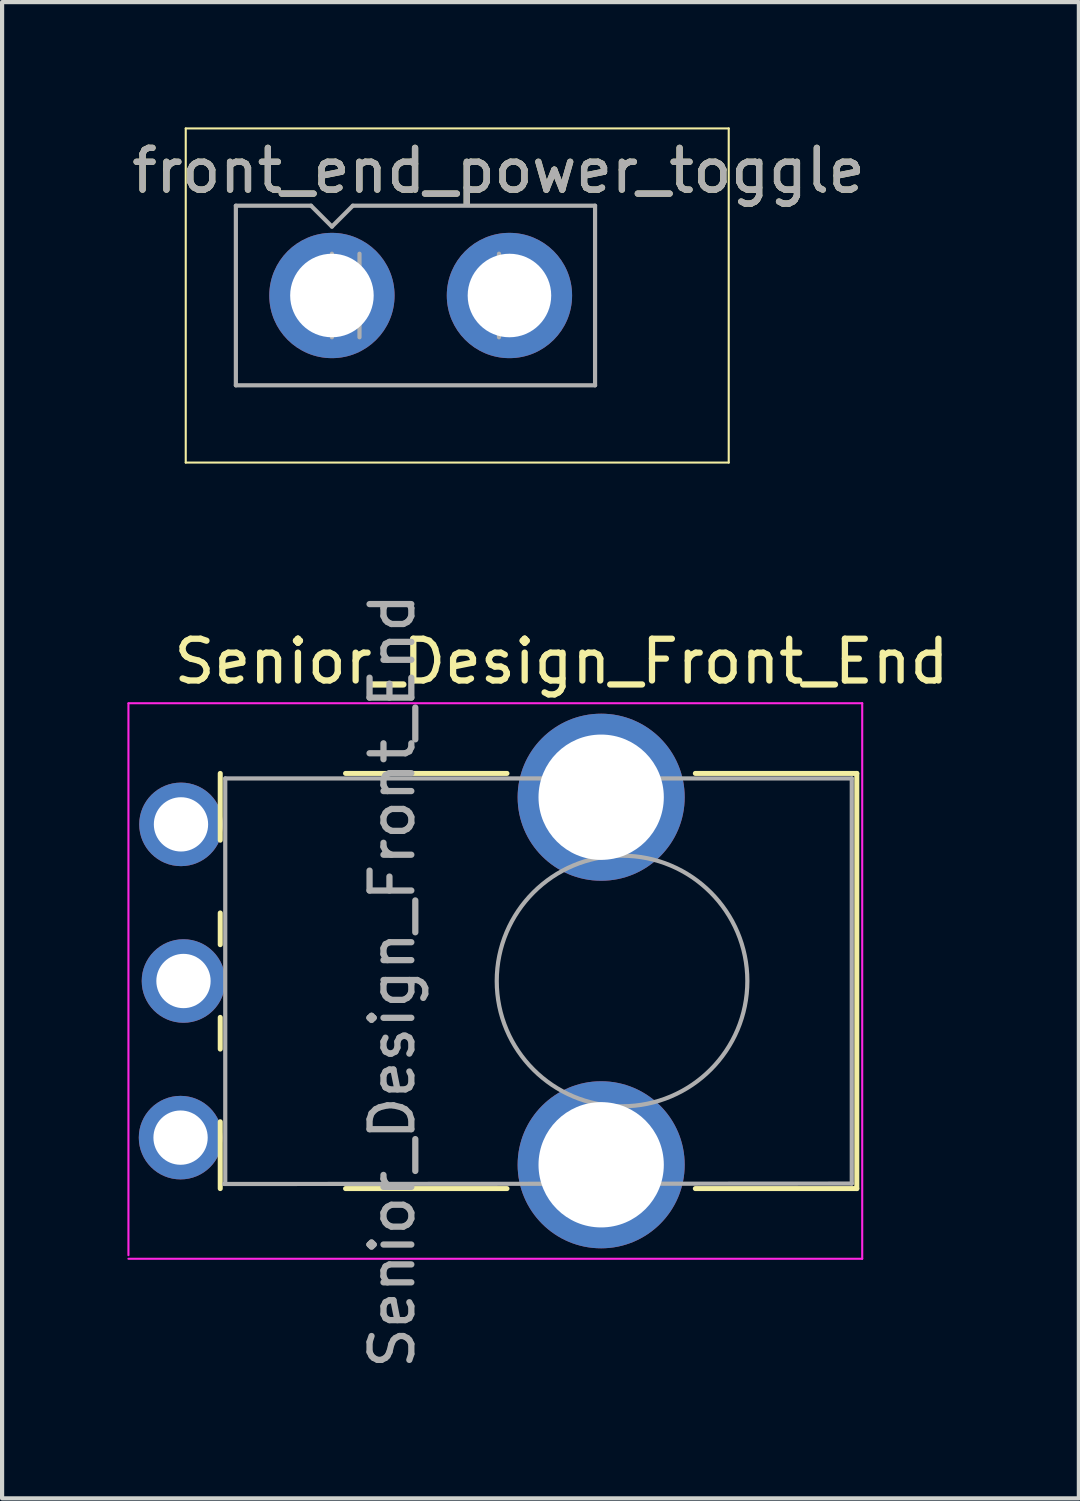
<source format=kicad_pcb>
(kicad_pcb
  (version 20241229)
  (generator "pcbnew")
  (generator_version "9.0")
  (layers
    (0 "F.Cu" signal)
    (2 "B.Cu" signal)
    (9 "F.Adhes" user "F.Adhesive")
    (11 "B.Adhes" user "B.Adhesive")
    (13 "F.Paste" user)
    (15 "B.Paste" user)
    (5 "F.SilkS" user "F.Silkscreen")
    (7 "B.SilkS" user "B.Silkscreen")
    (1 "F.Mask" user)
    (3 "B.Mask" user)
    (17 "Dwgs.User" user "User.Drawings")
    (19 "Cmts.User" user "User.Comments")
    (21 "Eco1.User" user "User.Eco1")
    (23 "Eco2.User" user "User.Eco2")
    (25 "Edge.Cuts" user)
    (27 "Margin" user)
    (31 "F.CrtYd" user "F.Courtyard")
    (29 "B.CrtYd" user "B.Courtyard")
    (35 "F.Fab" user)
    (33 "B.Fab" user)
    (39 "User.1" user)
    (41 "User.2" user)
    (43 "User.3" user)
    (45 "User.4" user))
  (footprint "Senior_Design_Front_End"
    (layer "F.Cu")
    (at 4.343 22.937)
    (property "Reference" "Senior_Design_Front_End" (at 6.05 -10.15 0) (layer "F.SilkS") (effects (font (size 1 1) (thickness 0.15))))
    (attr through_hole)
    (fp_line (start -2.12 -7.47) (end -2.12 -5.871) (stroke (width 0.12) (type solid)) (layer "F.SilkS"))
    (fp_line (start -2.12 -4.129) (end -2.12 -3.37) (stroke (width 0.12) (type solid)) (layer "F.SilkS"))
    (fp_line (start -2.12 -1.629) (end -2.12 -0.87) (stroke (width 0.12) (type solid)) (layer "F.SilkS"))
    (fp_line (start -2.12 0.87) (end -2.12 2.47) (stroke (width 0.12) (type solid)) (layer "F.SilkS"))
    (fp_line (start 0.88 -7.47) (end 4.745 -7.47) (stroke (width 0.12) (type solid)) (layer "F.SilkS"))
    (fp_line (start 0.88 2.47) (end 4.745 2.47) (stroke (width 0.12) (type solid)) (layer "F.SilkS"))
    (fp_line (start 9.255 -7.47) (end 13.12 -7.47) (stroke (width 0.12) (type solid)) (layer "F.SilkS"))
    (fp_line (start 9.255 2.47) (end 13.12 2.47) (stroke (width 0.12) (type solid)) (layer "F.SilkS"))
    (fp_line (start 13.12 -7.47) (end 13.12 2.47) (stroke (width 0.12) (type solid)) (layer "F.SilkS"))
    (fp_line (start -4.318 -9.144) (end -4.318 4.064) (stroke (width 0.05) (type solid)) (layer "F.CrtYd"))
    (fp_line (start -4.318 4.15) (end 13.25 4.15) (stroke (width 0.05) (type solid)) (layer "F.CrtYd"))
    (fp_line (start 13.25 -9.15) (end -4.318 -9.15) (stroke (width 0.05) (type solid)) (layer "F.CrtYd"))
    (fp_line (start 13.25 4.15) (end 13.25 -9.15) (stroke (width 0.05) (type solid)) (layer "F.CrtYd"))
    (fp_line (start -2.03 2.36) (end 13 2.35) (stroke (width 0.1) (type solid)) (layer "F.Fab"))
    (fp_line (start -2 -7.35) (end -2 2.35) (stroke (width 0.1) (type solid)) (layer "F.Fab"))
    (fp_line (start 13 -7.35) (end -2 -7.35) (stroke (width 0.1) (type solid)) (layer "F.Fab"))
    (fp_line (start 13 2.35) (end 13 -7.35) (stroke (width 0.1) (type solid)) (layer "F.Fab"))
    (fp_circle (center 7.5 -2.5) (end 10.5 -2.5) (stroke (width 0.1) (type solid)) (fill no) (layer "F.Fab"))
    (fp_text user "${REFERENCE}" (at 2 -2.5 90) (layer "F.Fab") (effects (font (size 1 1) (thickness 0.15))))
    (pad "" np_thru_hole circle (at 7 -6.9) (size 4 4) (drill 3) (layers "*.Cu" "*.Mask"))
    (pad "" np_thru_hole circle (at 7 1.9) (size 4 4) (drill 3) (layers "*.Cu" "*.Mask"))
    (pad "1" thru_hole circle (at -3.07 1.25) (size 2 2) (drill 1.3) (layers "*.Cu" "*.Mask"))
    (pad "2" thru_hole circle (at -3 -2.5) (size 2 2) (drill 1.3) (layers "*.Cu" "*.Mask"))
    (pad "3" thru_hole circle (at -3.06 -6.25) (size 2 2) (drill 1.3) (layers "*.Cu" "*.Mask")))
  (footprint "front_end_power_toggle"
    (layer "F.Cu")
    (at 4.897 4.025)
    (property "Reference" "front_end_power_toggle" (at 3.99 -2.99 0) (layer "F.SilkS") (effects (font (size 1 1) (thickness 0.15))))
    (attr through_hole)
    (fp_line (start -3.5 -4) (end -3.5 4) (stroke (width 0.05) (type solid)) (layer "F.SilkS"))
    (fp_line (start -3.5 -4) (end 9.5 -4) (stroke (width 0.05) (type solid)) (layer "F.SilkS"))
    (fp_line (start -3.5 4) (end 9.5 4) (stroke (width 0.05) (type solid)) (layer "F.SilkS"))
    (fp_line (start 9.5 -4) (end 9.5 4) (stroke (width 0.05) (type solid)) (layer "F.SilkS"))
    (fp_line (start -2.3 -2.15) (end -0.5 -2.15) (stroke (width 0.1) (type solid)) (layer "F.Fab"))
    (fp_line (start -2.3 2.15) (end -2.3 -2.15) (stroke (width 0.1) (type solid)) (layer "F.Fab"))
    (fp_line (start -0.5 -2.15) (end 0 -1.65) (stroke (width 0.1) (type solid)) (layer "F.Fab"))
    (fp_line (start 0 -1.65) (end 0.5 -2.15) (stroke (width 0.1) (type solid)) (layer "F.Fab"))
    (fp_line (start 0 -1) (end 0 1) (stroke (width 0.1) (type solid)) (layer "F.Fab"))
    (fp_line (start 0.5 -2.15) (end 6.3 -2.15) (stroke (width 0.1) (type solid)) (layer "F.Fab"))
    (fp_line (start 0.66 -1) (end 0.66 1) (stroke (width 0.1) (type solid)) (layer "F.Fab"))
    (fp_line (start 4 -1) (end 4 1) (stroke (width 0.1) (type solid)) (layer "F.Fab"))
    (fp_line (start 6.3 -2.15) (end 6.3 2.15) (stroke (width 0.1) (type solid)) (layer "F.Fab"))
    (fp_line (start 6.3 2.15) (end -2.3 2.15) (stroke (width 0.1) (type solid)) (layer "F.Fab"))
    (fp_text user "${REFERENCE}" (at 3.99 -2.99 0) (layer "F.Fab") (effects (font (size 1 1) (thickness 0.15))))
    (pad "1" thru_hole circle (at 0 0) (size 3 3) (drill 2) (layers "*.Cu" "*.Mask"))
    (pad "2" thru_hole oval (at 4.25 0) (size 3 3) (drill 2) (layers "*.Cu" "*.Mask")))
  (gr_rect
    (start -3 -3)
    (end 22.78 32.824)
    (stroke (width 0.1) (type default))
    (fill no)
    (layer "Edge.Cuts")))
</source>
